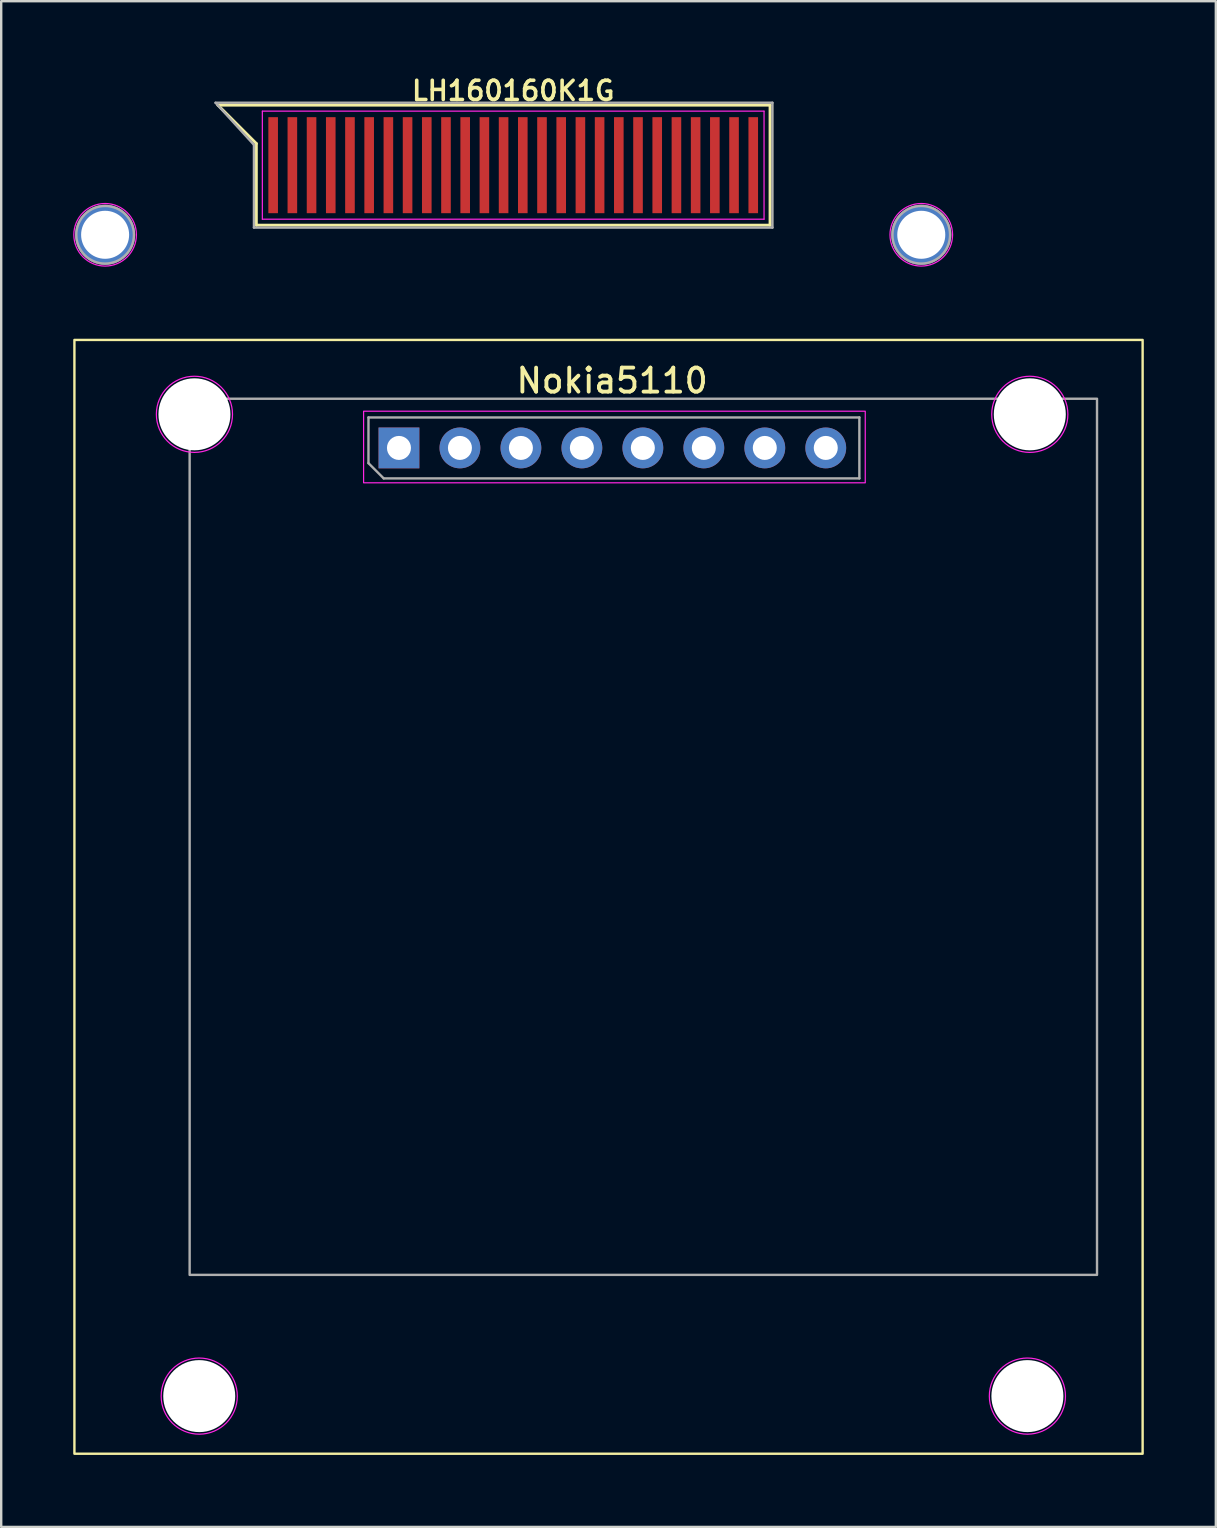
<source format=kicad_pcb>
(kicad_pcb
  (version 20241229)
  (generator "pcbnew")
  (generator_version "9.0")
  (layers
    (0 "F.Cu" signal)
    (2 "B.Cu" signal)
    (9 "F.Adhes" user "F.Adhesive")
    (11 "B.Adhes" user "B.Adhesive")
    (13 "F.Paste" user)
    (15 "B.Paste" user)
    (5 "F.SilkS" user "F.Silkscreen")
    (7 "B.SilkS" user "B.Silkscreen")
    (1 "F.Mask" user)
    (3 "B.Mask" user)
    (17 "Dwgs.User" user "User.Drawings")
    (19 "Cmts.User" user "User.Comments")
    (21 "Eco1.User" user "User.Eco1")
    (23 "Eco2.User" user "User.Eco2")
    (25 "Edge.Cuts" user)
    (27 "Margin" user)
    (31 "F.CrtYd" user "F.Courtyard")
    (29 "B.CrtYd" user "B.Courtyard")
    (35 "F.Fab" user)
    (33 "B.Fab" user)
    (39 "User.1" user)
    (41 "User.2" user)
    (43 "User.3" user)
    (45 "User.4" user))
  (footprint "Nokia5110"
    (layer "F.Cu")
    (at 44.35 31.81)
    (property "Reference" "Nokia5110" (at -21.9 -19 180) (layer "F.SilkS") (effects (font (size 1 1) (thickness 0.16))))
    (attr through_hole)
    (fp_rect (start -44.3 -20.7) (end 0.2 25.7) (stroke (width 0.1) (type default)) (fill no) (layer "F.SilkS"))
    (fp_rect (start -32.253 -17.73) (end -11.355 -14.747) (stroke (width 0.05) (type default)) (fill no) (layer "F.CrtYd"))
    (fp_circle (center -39.3 -17.6) (end -37.714 -17.602) (stroke (width 0.05) (type default)) (fill no) (layer "F.CrtYd"))
    (fp_circle (center -39.1 23.3) (end -37.514 23.298) (stroke (width 0.05) (type default)) (fill no) (layer "F.CrtYd"))
    (fp_circle (center -4.6 23.3) (end -3.014 23.298) (stroke (width 0.05) (type default)) (fill no) (layer "F.CrtYd"))
    (fp_circle (center -4.5 -17.6) (end -2.914 -17.602) (stroke (width 0.05) (type default)) (fill no) (layer "F.CrtYd"))
    (fp_line (start -32.05 -17.47) (end -11.6 -17.47) (stroke (width 0.1) (type solid)) (layer "F.Fab"))
    (fp_line (start -32.05 -15.565) (end -32.05 -17.47) (stroke (width 0.1) (type solid)) (layer "F.Fab"))
    (fp_line (start -31.415 -14.93) (end -32.05 -15.565) (stroke (width 0.1) (type solid)) (layer "F.Fab"))
    (fp_line (start -11.6 -17.47) (end -11.6 -14.93) (stroke (width 0.1) (type solid)) (layer "F.Fab"))
    (fp_line (start -11.6 -14.93) (end -31.415 -14.93) (stroke (width 0.1) (type solid)) (layer "F.Fab"))
    (fp_rect (start -39.5 -18.25) (end -1.7 18.25) (stroke (width 0.1) (type default)) (fill no) (layer "F.Fab"))
    (pad "" np_thru_hole circle (at -39.3 -17.6) (size 3 3) (drill 3) (layers "*.Cu" "*.Mask"))
    (pad "" np_thru_hole circle (at -39.1 23.3) (size 3 3) (drill 3) (layers "*.Cu" "*.Mask"))
    (pad "" np_thru_hole circle (at -4.6 23.3) (size 3 3) (drill 3) (layers "*.Cu" "*.Mask"))
    (pad "" np_thru_hole circle (at -4.5 -17.6) (size 3 3) (drill 3) (layers "*.Cu" "*.Mask"))
    (pad "1" thru_hole rect (at -30.78 -16.2 90) (size 1.7 1.7) (drill 1) (layers "*.Cu" "*.Mask"))
    (pad "2" thru_hole oval (at -28.24 -16.2 90) (size 1.7 1.7) (drill 1) (layers "*.Cu" "*.Mask"))
    (pad "3" thru_hole oval (at -25.7 -16.2 90) (size 1.7 1.7) (drill 1) (layers "*.Cu" "*.Mask"))
    (pad "4" thru_hole oval (at -23.16 -16.2 90) (size 1.7 1.7) (drill 1) (layers "*.Cu" "*.Mask"))
    (pad "5" thru_hole oval (at -20.62 -16.2 90) (size 1.7 1.7) (drill 1) (layers "*.Cu" "*.Mask"))
    (pad "6" thru_hole oval (at -18.08 -16.2 90) (size 1.7 1.7) (drill 1) (layers "*.Cu" "*.Mask"))
    (pad "7" thru_hole oval (at -15.54 -16.2 90) (size 1.7 1.7) (drill 1) (layers "*.Cu" "*.Mask"))
    (pad "8" thru_hole oval (at -13 -16.2 90) (size 1.7 1.7) (drill 1) (layers "*.Cu" "*.Mask")))
  (footprint "LH160160K1G"
    (layer "F.Cu")
    (at 18.329 2.931)
    (property "Reference" "LH160160K1G" (at 0 -2.2 0) (layer "F.SilkS") (effects (font (size 0.8 0.8) (thickness 0.15))))
    (fp_line (start -12.3 -1.6) (end -10.7 0) (stroke (width 0.12) (type default)) (layer "F.SilkS"))
    (fp_line (start -10.7 0) (end -10.7 3.4) (stroke (width 0.12) (type default)) (layer "F.SilkS"))
    (fp_line (start -10.7 3.4) (end 10.7 3.4) (stroke (width 0.12) (type default)) (layer "F.SilkS"))
    (fp_line (start 10.7 -1.6) (end -12.3 -1.6) (stroke (width 0.12) (type default)) (layer "F.SilkS"))
    (fp_line (start 10.7 3.4) (end 10.7 -1.6) (stroke (width 0.12) (type default)) (layer "F.SilkS"))
    (fp_line (start -10.45 -1.35) (end 10.45 -1.35) (stroke (width 0.05) (type default)) (layer "F.CrtYd"))
    (fp_line (start -10.45 3.15) (end -10.45 -1.35) (stroke (width 0.05) (type default)) (layer "F.CrtYd"))
    (fp_line (start 10.45 -1.35) (end 10.45 3.15) (stroke (width 0.05) (type default)) (layer "F.CrtYd"))
    (fp_line (start 10.45 3.15) (end -10.45 3.15) (stroke (width 0.05) (type default)) (layer "F.CrtYd"))
    (fp_circle (center -17 3.8) (end -16.9 2.5) (stroke (width 0.05) (type default)) (fill no) (layer "F.CrtYd"))
    (fp_circle (center 17 3.8) (end 17.1 2.5) (stroke (width 0.05) (type default)) (fill no) (layer "F.CrtYd"))
    (fp_line (start -12.4 -1.7) (end 10.8 -1.7) (stroke (width 0.1) (type default)) (layer "F.Fab"))
    (fp_line (start -10.8 0.05) (end -12.4 -1.7) (stroke (width 0.1) (type default)) (layer "F.Fab"))
    (fp_line (start -10.8 3.5) (end -10.8 0.05) (stroke (width 0.1) (type default)) (layer "F.Fab"))
    (fp_line (start 10.8 -1.7) (end 10.8 3.5) (stroke (width 0.1) (type default)) (layer "F.Fab"))
    (fp_line (start 10.8 3.5) (end -10.8 3.5) (stroke (width 0.1) (type default)) (layer "F.Fab"))
    (fp_circle (center -17 3.8) (end -16.95 2.6) (stroke (width 0.1) (type default)) (fill no) (layer "F.Fab"))
    (fp_circle (center 16.999 3.8) (end 17.049 2.6) (stroke (width 0.1) (type default)) (fill no) (layer "F.Fab"))
    (pad "1" smd rect (at -10 0.9) (size 0.4 4) (layers "F.Cu" "F.Mask" "F.Paste"))
    (pad "2" smd rect (at -9.2 0.9) (size 0.4 4) (layers "F.Cu" "F.Mask" "F.Paste"))
    (pad "3" smd rect (at -8.4 0.9) (size 0.4 4) (layers "F.Cu" "F.Mask" "F.Paste"))
    (pad "4" smd rect (at -7.6 0.9) (size 0.4 4) (layers "F.Cu" "F.Mask" "F.Paste"))
    (pad "5" smd rect (at -6.8 0.9) (size 0.4 4) (layers "F.Cu" "F.Mask" "F.Paste"))
    (pad "6" smd rect (at -6 0.9) (size 0.4 4) (layers "F.Cu" "F.Mask" "F.Paste"))
    (pad "7" smd rect (at -5.2 0.9) (size 0.4 4) (layers "F.Cu" "F.Mask" "F.Paste"))
    (pad "8" smd rect (at -4.4 0.9) (size 0.4 4) (layers "F.Cu" "F.Mask" "F.Paste"))
    (pad "9" smd rect (at -3.6 0.9) (size 0.4 4) (layers "F.Cu" "F.Mask" "F.Paste"))
    (pad "10" smd rect (at -2.8 0.9) (size 0.4 4) (layers "F.Cu" "F.Mask" "F.Paste"))
    (pad "11" smd rect (at -2 0.9) (size 0.4 4) (layers "F.Cu" "F.Mask" "F.Paste"))
    (pad "12" smd rect (at -1.2 0.9) (size 0.4 4) (layers "F.Cu" "F.Mask" "F.Paste"))
    (pad "13" smd rect (at -0.4 0.9) (size 0.4 4) (layers "F.Cu" "F.Mask" "F.Paste"))
    (pad "14" smd rect (at 0.4 0.9) (size 0.4 4) (layers "F.Cu" "F.Mask" "F.Paste"))
    (pad "15" smd rect (at 1.2 0.9) (size 0.4 4) (layers "F.Cu" "F.Mask" "F.Paste"))
    (pad "16" smd rect (at 2 0.9) (size 0.4 4) (layers "F.Cu" "F.Mask" "F.Paste"))
    (pad "17" smd rect (at 2.8 0.9) (size 0.4 4) (layers "F.Cu" "F.Mask" "F.Paste"))
    (pad "18" smd rect (at 3.6 0.9) (size 0.4 4) (layers "F.Cu" "F.Mask" "F.Paste"))
    (pad "19" smd rect (at 4.4 0.9) (size 0.4 4) (layers "F.Cu" "F.Mask" "F.Paste"))
    (pad "20" smd rect (at 5.2 0.9) (size 0.4 4) (layers "F.Cu" "F.Mask" "F.Paste"))
    (pad "21" smd rect (at 6 0.9) (size 0.4 4) (layers "F.Cu" "F.Mask" "F.Paste"))
    (pad "22" smd rect (at 6.8 0.9) (size 0.4 4) (layers "F.Cu" "F.Mask" "F.Paste"))
    (pad "23" smd rect (at 7.6 0.9) (size 0.4 4) (layers "F.Cu" "F.Mask" "F.Paste"))
    (pad "24" smd rect (at 8.4 0.9) (size 0.4 4) (layers "F.Cu" "F.Mask" "F.Paste"))
    (pad "25" smd rect (at 9.2 0.9) (size 0.4 4) (layers "F.Cu" "F.Mask" "F.Paste"))
    (pad "26" smd rect (at 10 0.9) (size 0.4 4) (layers "F.Cu" "F.Mask" "F.Paste"))
    (pad "27" thru_hole circle (at 17 3.8) (size 2.5 2.5) (drill 2) (layers "*.Cu" "*.Mask"))
    (pad "28" thru_hole circle (at -17 3.8) (size 2.5 2.5) (drill 2) (layers "*.Cu" "*.Mask")))
  (gr_rect
    (start -3 -3)
    (end 47.6 60.56)
    (stroke (width 0.1) (type default))
    (fill no)
    (layer "Edge.Cuts")))
</source>
